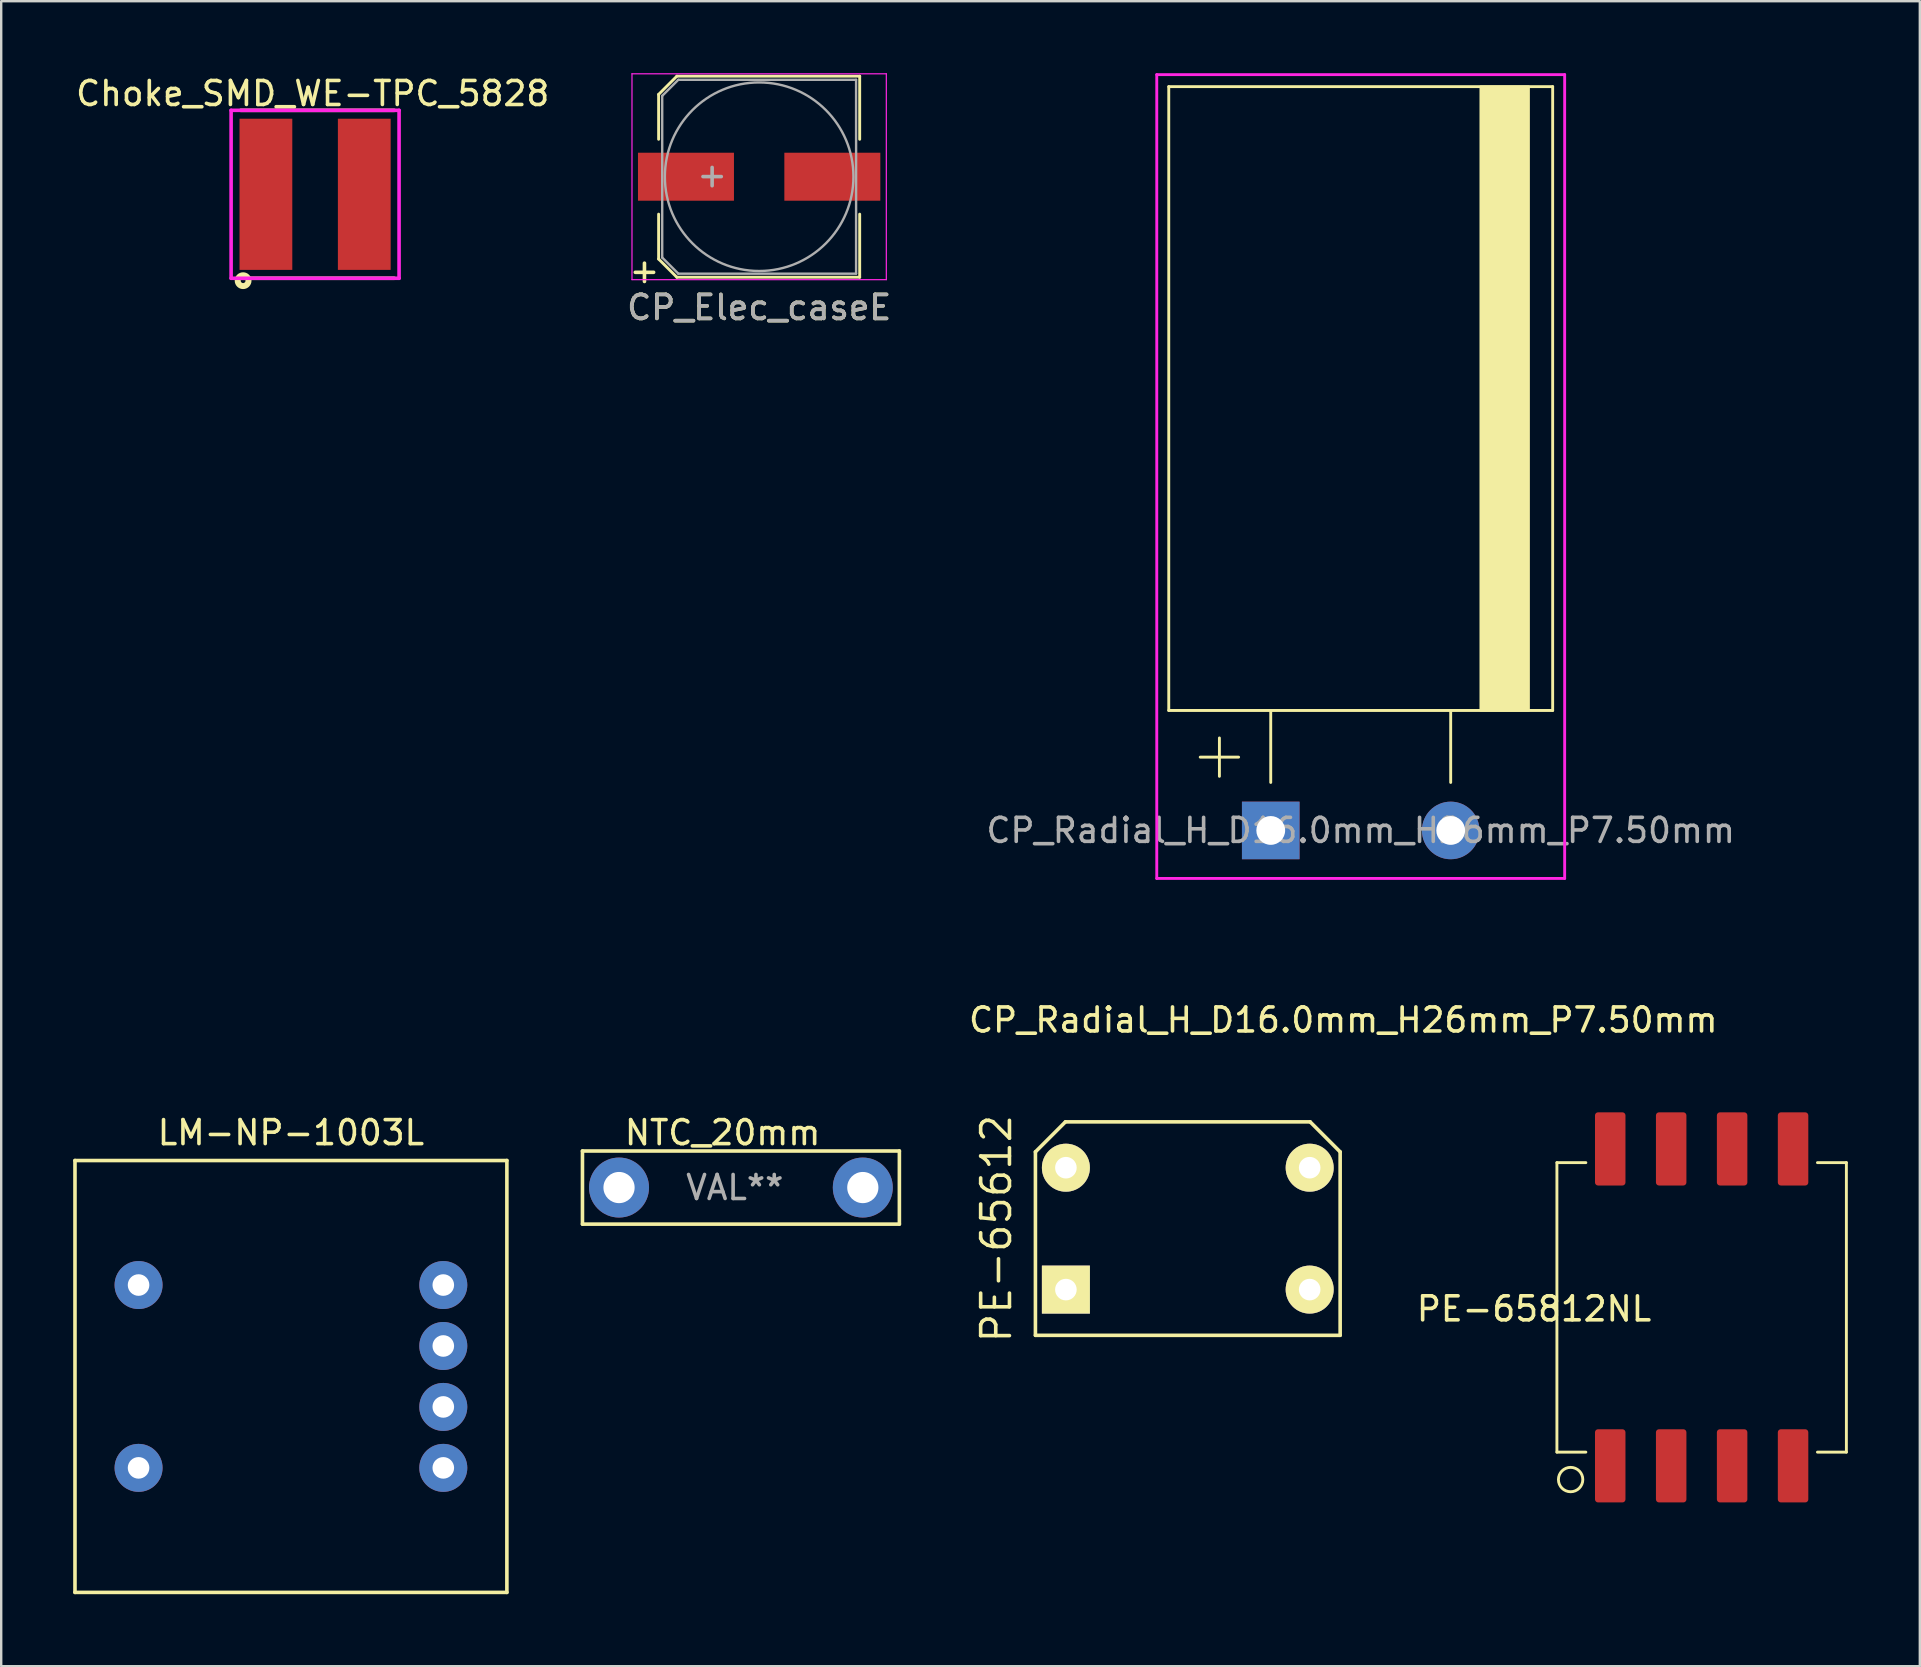
<source format=kicad_pcb>
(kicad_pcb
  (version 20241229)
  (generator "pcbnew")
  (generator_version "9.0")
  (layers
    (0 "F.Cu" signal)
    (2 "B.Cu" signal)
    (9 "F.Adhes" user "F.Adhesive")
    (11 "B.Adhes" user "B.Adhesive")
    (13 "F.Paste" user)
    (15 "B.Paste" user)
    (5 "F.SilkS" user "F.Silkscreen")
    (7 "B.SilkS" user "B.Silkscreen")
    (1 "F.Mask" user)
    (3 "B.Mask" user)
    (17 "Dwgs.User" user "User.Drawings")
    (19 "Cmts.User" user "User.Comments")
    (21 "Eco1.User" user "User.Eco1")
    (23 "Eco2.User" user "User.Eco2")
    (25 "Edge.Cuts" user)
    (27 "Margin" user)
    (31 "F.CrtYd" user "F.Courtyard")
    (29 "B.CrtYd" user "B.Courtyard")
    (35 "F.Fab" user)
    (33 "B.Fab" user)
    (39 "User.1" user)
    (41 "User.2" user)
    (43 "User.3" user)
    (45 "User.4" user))
  (footprint "Choke_SMD_WE-TPC_5828"
    (layer "F.Cu")
    (at 10.082 5.048)
    (property "Reference" "Choke_SMD_WE-TPC_5828" (at -0.1 -4.2 0) (layer "F.SilkS") (effects (font (size 1 1) (thickness 0.15))))
    (attr smd)
    (fp_line (start 3.3 -3.5) (end -3.1 -3.5) (stroke (width 0.15) (type solid)) (layer "F.SilkS"))
    (fp_line (start 3.3 3.5) (end -3.1 3.5) (stroke (width 0.15) (type solid)) (layer "F.SilkS"))
    (fp_circle (center -3 3.6) (end -3 3.7) (stroke (width 0.25) (type solid)) (fill no) (layer "F.SilkS"))
    (fp_line (start -3.5 -3.5) (end -3.5 3.5) (stroke (width 0.15) (type solid)) (layer "F.CrtYd"))
    (fp_line (start -3.5 3.5) (end 3.5 3.5) (stroke (width 0.15) (type solid)) (layer "F.CrtYd"))
    (fp_line (start 3.5 -3.5) (end -3.5 -3.5) (stroke (width 0.15) (type solid)) (layer "F.CrtYd"))
    (fp_line (start 3.5 3.5) (end 3.5 -3.5) (stroke (width 0.15) (type solid)) (layer "F.CrtYd"))
    (pad "1" smd rect (at -2.05 0) (size 2.2 6.3) (layers "F.Cu" "F.Mask" "F.Paste"))
    (pad "2" smd rect (at 2.05 0) (size 2.2 6.3) (layers "F.Cu" "F.Mask" "F.Paste")))
  (footprint "LM-NP-1003L"
    (layer "F.Cu")
    (at 9.075 54.316)
    (property "Reference" "LM-NP-1003L" (at 0 -10.16 0) (layer "F.SilkS") (effects (font (size 1 1) (thickness 0.15))))
    (attr through_hole)
    (fp_line (start -9 -9) (end 9 -9) (stroke (width 0.15) (type solid)) (layer "F.SilkS"))
    (fp_line (start -9 9) (end -9 -9) (stroke (width 0.15) (type solid)) (layer "F.SilkS"))
    (fp_line (start 9 -9) (end 9 9) (stroke (width 0.15) (type solid)) (layer "F.SilkS"))
    (fp_line (start 9 9) (end -9 9) (stroke (width 0.15) (type solid)) (layer "F.SilkS"))
    (pad "1" thru_hole circle (at -6.35 3.81) (size 2 2) (drill 0.9) (layers "*.Cu" "*.Mask"))
    (pad "2" thru_hole circle (at -6.35 -3.81) (size 2 2) (drill 0.9) (layers "*.Cu" "*.Mask"))
    (pad "3" thru_hole circle (at 6.35 -3.81) (size 2 2) (drill 0.9) (layers "*.Cu" "*.Mask"))
    (pad "4" thru_hole circle (at 6.35 -1.27) (size 2 2) (drill 0.9) (layers "*.Cu" "*.Mask"))
    (pad "5" thru_hole circle (at 6.35 1.27) (size 2 2) (drill 0.9) (layers "*.Cu" "*.Mask"))
    (pad "6" thru_hole circle (at 6.35 3.81) (size 2 2) (drill 0.9) (layers "*.Cu" "*.Mask")))
  (footprint "PE-65612"
    (layer "F.Cu")
    (at 46.453 48.156)
    (property "Reference" "PE-65612" (at -7.98 0 90) (layer "F.SilkS") (effects (font (size 1.2 1.2) (thickness 0.15))))
    (attr through_hole)
    (fp_line (start -6.35 -3.2) (end -6.35 4.445) (stroke (width 0.15) (type solid)) (layer "F.SilkS"))
    (fp_line (start -6.35 -3.2) (end -5.1 -4.45) (stroke (width 0.15) (type solid)) (layer "F.SilkS"))
    (fp_line (start -6.35 4.445) (end 6.35 4.445) (stroke (width 0.15) (type solid)) (layer "F.SilkS"))
    (fp_line (start 5.1 -4.45) (end -5.1 -4.45) (stroke (width 0.15) (type solid)) (layer "F.SilkS"))
    (fp_line (start 6.35 -3.2) (end 5.1 -4.45) (stroke (width 0.15) (type solid)) (layer "F.SilkS"))
    (fp_line (start 6.35 4.445) (end 6.35 -3.2) (stroke (width 0.15) (type solid)) (layer "F.SilkS"))
    (pad "1" thru_hole rect (at -5.08 2.54) (size 2 2) (drill 0.9) (layers "*.Cu" "*.Mask" "F.SilkS"))
    (pad "2" thru_hole circle (at -5.08 -2.54) (size 2 2) (drill 0.9) (layers "*.Cu" "*.Mask" "F.SilkS"))
    (pad "3" thru_hole circle (at 5.08 2.54) (size 2 2) (drill 0.9) (layers "*.Cu" "*.Mask" "F.SilkS"))
    (pad "4" thru_hole circle (at 5.08 -2.54) (size 2 2) (drill 0.9) (layers "*.Cu" "*.Mask" "F.SilkS")))
  (footprint "PE-65812NL"
    (layer "F.Cu")
    (at 67.869 51.501)
    (property "Reference" "PE-65812NL" (at -6.985 0 0) (layer "F.SilkS") (effects (font (size 1 1) (thickness 0.15))))
    (attr through_hole)
    (fp_line (start -6.032 -6.096) (end -6.032 5.969) (stroke (width 0.12) (type solid)) (layer "F.SilkS"))
    (fp_line (start -4.826 -6.096) (end -6.032 -6.096) (stroke (width 0.12) (type solid)) (layer "F.SilkS"))
    (fp_line (start -4.826 5.969) (end -6.032 5.969) (stroke (width 0.12) (type solid)) (layer "F.SilkS"))
    (fp_line (start 6.032 -6.096) (end 4.826 -6.096) (stroke (width 0.12) (type solid)) (layer "F.SilkS"))
    (fp_line (start 6.032 -6.096) (end 6.032 5.969) (stroke (width 0.12) (type solid)) (layer "F.SilkS"))
    (fp_line (start 6.032 5.969) (end 4.826 5.969) (stroke (width 0.12) (type solid)) (layer "F.SilkS"))
    (fp_circle (center -5.461 7.112) (end -4.953 7.112) (stroke (width 0.12) (type solid)) (fill no) (layer "F.SilkS"))
    (pad "1" smd roundrect (at -3.81 6.54) (size 1.27 3.05) (layers "F.Cu" "F.Mask" "F.Paste") (roundrect_rratio 0.1))
    (pad "2" smd roundrect (at -1.27 6.54) (size 1.27 3.05) (layers "F.Cu" "F.Mask" "F.Paste") (roundrect_rratio 0.1))
    (pad "3" smd roundrect (at 1.27 6.54) (size 1.27 3.05) (layers "F.Cu" "F.Mask" "F.Paste") (roundrect_rratio 0.1))
    (pad "4" smd roundrect (at 3.81 6.54) (size 1.27 3.05) (layers "F.Cu" "F.Mask" "F.Paste") (roundrect_rratio 0.1))
    (pad "5" smd roundrect (at 3.81 -6.668) (size 1.27 3.05) (layers "F.Cu" "F.Mask" "F.Paste") (roundrect_rratio 0.1))
    (pad "6" smd roundrect (at 1.27 -6.668) (size 1.27 3.05) (layers "F.Cu" "F.Mask" "F.Paste") (roundrect_rratio 0.1))
    (pad "7" smd roundrect (at -1.27 -6.668) (size 1.27 3.05) (layers "F.Cu" "F.Mask" "F.Paste") (roundrect_rratio 0.1))
    (pad "8" smd roundrect (at -3.81 -6.668) (size 1.27 3.05) (layers "F.Cu" "F.Mask" "F.Paste") (roundrect_rratio 0.1)))
  (footprint "NTC_20mm"
    (layer "F.Cu")
    (at 27.575 46.443)
    (property "Reference" "NTC_20mm" (at -0.508 -2.286 0) (layer "F.SilkS") (effects (font (size 1 1) (thickness 0.15))))
    (attr through_hole)
    (fp_line (start -6.35 -1.524) (end 6.858 -1.524) (stroke (width 0.15) (type solid)) (layer "F.SilkS"))
    (fp_line (start -6.35 1.524) (end -6.35 -1.524) (stroke (width 0.15) (type solid)) (layer "F.SilkS"))
    (fp_line (start 6.858 -1.524) (end 6.858 1.524) (stroke (width 0.15) (type solid)) (layer "F.SilkS"))
    (fp_line (start 6.858 1.524) (end -6.35 1.524) (stroke (width 0.15) (type solid)) (layer "F.SilkS"))
    (fp_text user "VAL**" (at 0 0 0) (layer "F.Fab") (effects (font (size 1 1) (thickness 0.15))))
    (pad "1" thru_hole circle (at -4.826 0) (size 2.5 2.5) (drill 1.3) (layers "*.Cu" "*.Mask"))
    (pad "2" thru_hole circle (at 5.334 0) (size 2.5 2.5) (drill 1.3) (layers "*.Cu" "*.Mask")))
  (footprint "CP_Radial_H_D16.0mm_H26mm_P7.50mm"
    (layer "F.Cu")
    (at 49.91 31.56)
    (property "Reference" "CP_Radial_H_D16.0mm_H26mm_P7.50mm" (at 3.025 7.9 0) (layer "F.SilkS") (effects (font (size 1 1) (thickness 0.15))))
    (attr through_hole)
    (fp_line (start -4.25 -31) (end -4.25 -5) (stroke (width 0.12) (type solid)) (layer "F.SilkS"))
    (fp_line (start -4.25 -5) (end 11.75 -5) (stroke (width 0.12) (type solid)) (layer "F.SilkS"))
    (fp_line (start -2.939 -3.055) (end -1.339 -3.055) (stroke (width 0.12) (type solid)) (layer "F.SilkS"))
    (fp_line (start -2.139 -3.855) (end -2.139 -2.255) (stroke (width 0.12) (type solid)) (layer "F.SilkS"))
    (fp_line (start 0 -5) (end 0 -2) (stroke (width 0.12) (type solid)) (layer "F.SilkS"))
    (fp_line (start 7.5 -5) (end 7.5 -2) (stroke (width 0.12) (type solid)) (layer "F.SilkS"))
    (fp_line (start 11.75 -31) (end -4.25 -31) (stroke (width 0.12) (type solid)) (layer "F.SilkS"))
    (fp_line (start 11.75 -5) (end 11.75 -31) (stroke (width 0.12) (type solid)) (layer "F.SilkS"))
    (fp_poly (pts (xy 10.75 -5) (xy 8.75 -5) (xy 8.75 -31) (xy 10.75 -31)) (stroke (width 0.1) (type solid)) (fill yes) (layer "F.SilkS"))
    (fp_line (start -4.75 -31.5) (end 12.25 -31.5) (stroke (width 0.12) (type solid)) (layer "F.CrtYd"))
    (fp_line (start -4.75 2) (end -4.75 -31.5) (stroke (width 0.12) (type solid)) (layer "F.CrtYd"))
    (fp_line (start 12.25 -31.5) (end 12.25 2) (stroke (width 0.12) (type solid)) (layer "F.CrtYd"))
    (fp_line (start 12.25 2) (end -4.75 2) (stroke (width 0.12) (type solid)) (layer "F.CrtYd"))
    (fp_text user "${REFERENCE}" (at 3.75 0 0) (layer "F.Fab") (effects (font (size 1 1) (thickness 0.15))))
    (pad "1" thru_hole rect (at 0 0) (size 2.4 2.4) (drill 1.2) (layers "*.Cu" "*.Mask"))
    (pad "2" thru_hole circle (at 7.5 0) (size 2.4 2.4) (drill 1.2) (layers "*.Cu" "*.Mask")))
  (footprint "CP_Elec_caseE"
    (layer "F.Cu")
    (at 28.589 4.315)
    (property "Reference" "CP_Elec_caseE" (at 0 5.45 0) (layer "F.SilkS") (effects (font (size 1 1) (thickness 0.15))))
    (attr smd)
    (fp_line (start -4.19 -3.43) (end -4.19 -1.56) (stroke (width 0.12) (type solid)) (layer "F.SilkS"))
    (fp_line (start -4.19 -3.43) (end -3.43 -4.19) (stroke (width 0.12) (type solid)) (layer "F.SilkS"))
    (fp_line (start -4.19 3.43) (end -4.19 1.56) (stroke (width 0.12) (type solid)) (layer "F.SilkS"))
    (fp_line (start -3.43 -4.19) (end 4.19 -4.19) (stroke (width 0.12) (type solid)) (layer "F.SilkS"))
    (fp_line (start -3.43 4.19) (end -4.19 3.43) (stroke (width 0.12) (type solid)) (layer "F.SilkS"))
    (fp_line (start 4.19 -4.19) (end 4.19 -1.56) (stroke (width 0.12) (type solid)) (layer "F.SilkS"))
    (fp_line (start 4.19 4.19) (end -3.43 4.19) (stroke (width 0.12) (type solid)) (layer "F.SilkS"))
    (fp_line (start 4.19 4.19) (end 4.19 1.56) (stroke (width 0.12) (type solid)) (layer "F.SilkS"))
    (fp_line (start -5.3 -4.29) (end -5.3 4.29) (stroke (width 0.05) (type solid)) (layer "F.CrtYd"))
    (fp_line (start -5.3 -4.29) (end 5.3 -4.29) (stroke (width 0.05) (type solid)) (layer "F.CrtYd"))
    (fp_line (start 5.3 4.29) (end -5.3 4.29) (stroke (width 0.05) (type solid)) (layer "F.CrtYd"))
    (fp_line (start 5.3 4.29) (end 5.3 -4.29) (stroke (width 0.05) (type solid)) (layer "F.CrtYd"))
    (fp_line (start -4.04 -3.37) (end -4.04 3.37) (stroke (width 0.1) (type solid)) (layer "F.Fab"))
    (fp_line (start -4.04 3.37) (end -3.37 4.04) (stroke (width 0.1) (type solid)) (layer "F.Fab"))
    (fp_line (start -3.37 -4.04) (end -4.04 -3.37) (stroke (width 0.1) (type solid)) (layer "F.Fab"))
    (fp_line (start -3.37 4.04) (end 4.04 4.04) (stroke (width 0.1) (type solid)) (layer "F.Fab"))
    (fp_line (start 4.04 -4.04) (end -3.37 -4.04) (stroke (width 0.1) (type solid)) (layer "F.Fab"))
    (fp_line (start 4.04 4.04) (end 4.04 -4.04) (stroke (width 0.1) (type solid)) (layer "F.Fab"))
    (fp_circle (center 0 0) (end 1 3.8) (stroke (width 0.1) (type solid)) (fill no) (layer "F.Fab"))
    (fp_text user "+" (at -4.78 3.91 0) (layer "F.SilkS") (effects (font (size 1 1) (thickness 0.15))))
    (fp_text user "${REFERENCE}" (at 0 5.45 0) (layer "F.Fab") (effects (font (size 1 1) (thickness 0.15))))
    (fp_text user "+" (at -1.96 -0.08 0) (layer "F.Fab") (effects (font (size 1 1) (thickness 0.15))))
    (pad "1" smd rect (at -3.05 0 180) (size 4 2) (layers "F.Cu" "F.Mask" "F.Paste"))
    (pad "2" smd rect (at 3.05 0 180) (size 4 2) (layers "F.Cu" "F.Mask" "F.Paste")))
  (gr_rect
    (start -3 -3)
    (end 76.962 66.391)
    (stroke (width 0.1) (type default))
    (fill no)
    (layer "Edge.Cuts")))
</source>
